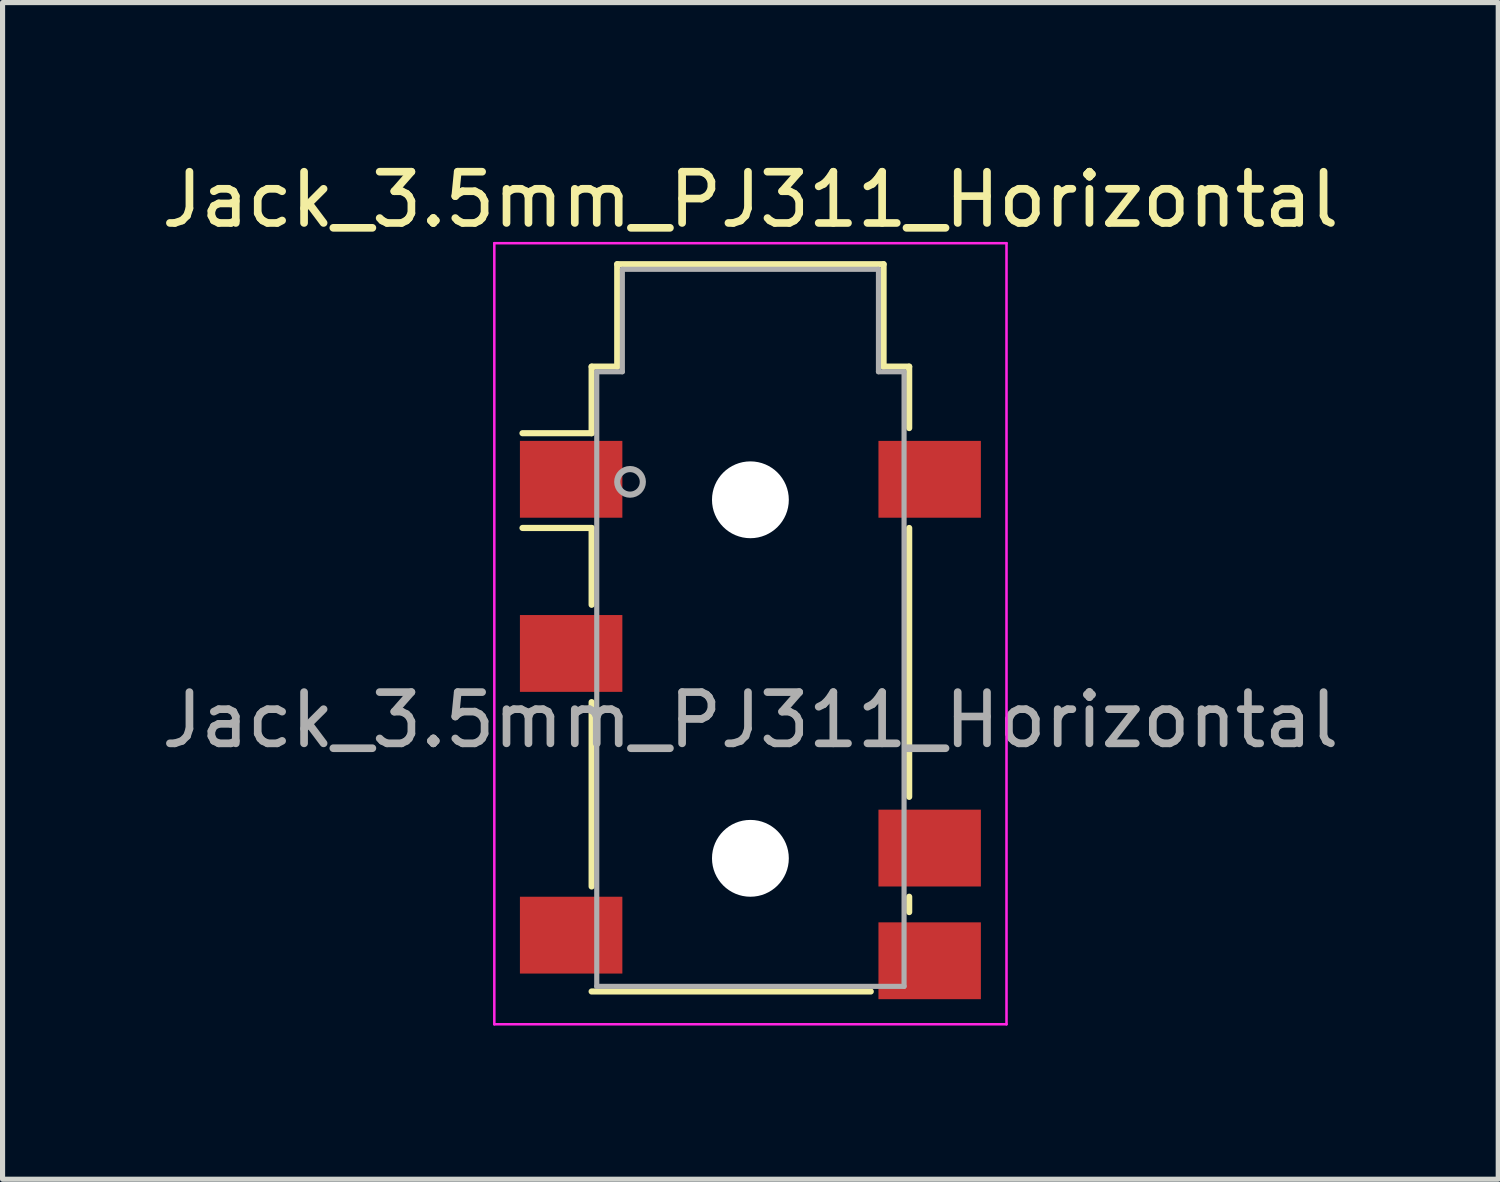
<source format=kicad_pcb>
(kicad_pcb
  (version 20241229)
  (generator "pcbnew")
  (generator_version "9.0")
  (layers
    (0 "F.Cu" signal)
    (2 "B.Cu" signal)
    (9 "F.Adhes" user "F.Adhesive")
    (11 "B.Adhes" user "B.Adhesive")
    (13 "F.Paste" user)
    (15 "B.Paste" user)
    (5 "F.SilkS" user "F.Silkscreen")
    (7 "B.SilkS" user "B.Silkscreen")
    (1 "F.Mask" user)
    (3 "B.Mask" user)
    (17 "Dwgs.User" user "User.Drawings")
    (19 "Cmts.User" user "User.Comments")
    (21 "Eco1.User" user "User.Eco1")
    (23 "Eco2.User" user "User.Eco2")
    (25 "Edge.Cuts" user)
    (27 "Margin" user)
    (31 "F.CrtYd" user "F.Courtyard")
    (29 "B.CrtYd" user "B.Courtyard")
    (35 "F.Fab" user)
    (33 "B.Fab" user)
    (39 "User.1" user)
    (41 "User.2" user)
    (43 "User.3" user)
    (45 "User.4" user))
  (footprint "Jack_3.5mm_PJ311_Horizontal"
    (layer "F.Cu")
    (at 11.601 4.108)
    (property "Reference" "Jack_3.5mm_PJ311_Horizontal" (at 0 -3.26 0) (layer "F.SilkS") (effects (font (size 1 1) (thickness 0.15))))
    (attr smd)
    (fp_line (start -3.1 0) (end -2.6 0) (stroke (width 0.12) (type solid)) (layer "F.SilkS"))
    (fp_line (start -3.1 1.3) (end -4.45 1.3) (stroke (width 0.12) (type solid)) (layer "F.SilkS"))
    (fp_line (start -3.1 1.3) (end -3.1 0) (stroke (width 0.12) (type solid)) (layer "F.SilkS"))
    (fp_line (start -3.1 3.15) (end -4.45 3.15) (stroke (width 0.12) (type solid)) (layer "F.SilkS"))
    (fp_line (start -3.1 4.65) (end -3.1 3.15) (stroke (width 0.12) (type solid)) (layer "F.SilkS"))
    (fp_line (start -3.1 10.15) (end -3.1 6.55) (stroke (width 0.12) (type solid)) (layer "F.SilkS"))
    (fp_line (start -2.6 -2) (end 2.6 -2) (stroke (width 0.12) (type solid)) (layer "F.SilkS"))
    (fp_line (start -2.6 0) (end -2.6 -2) (stroke (width 0.12) (type solid)) (layer "F.SilkS"))
    (fp_line (start 2.35 12.2) (end -3.1 12.2) (stroke (width 0.12) (type solid)) (layer "F.SilkS"))
    (fp_line (start 2.6 -2) (end 2.6 0) (stroke (width 0.12) (type solid)) (layer "F.SilkS"))
    (fp_line (start 2.6 0) (end 3.1 0) (stroke (width 0.12) (type solid)) (layer "F.SilkS"))
    (fp_line (start 3.1 0) (end 3.1 1.2) (stroke (width 0.12) (type solid)) (layer "F.SilkS"))
    (fp_line (start 3.1 3.15) (end 3.1 8.4) (stroke (width 0.12) (type solid)) (layer "F.SilkS"))
    (fp_line (start 3.1 10.35) (end 3.1 10.65) (stroke (width 0.12) (type solid)) (layer "F.SilkS"))
    (fp_line (start -5 -2.41) (end -5 12.84) (stroke (width 0.05) (type solid)) (layer "F.CrtYd"))
    (fp_line (start -5 -2.41) (end 5 -2.41) (stroke (width 0.05) (type solid)) (layer "F.CrtYd"))
    (fp_line (start -5 12.84) (end 5 12.84) (stroke (width 0.05) (type solid)) (layer "F.CrtYd"))
    (fp_line (start 5 12.84) (end 5 -2.41) (stroke (width 0.05) (type solid)) (layer "F.CrtYd"))
    (fp_line (start -3 0.1) (end -3 12.1) (stroke (width 0.1) (type solid)) (layer "F.Fab"))
    (fp_line (start -3 12.1) (end 3 12.1) (stroke (width 0.1) (type solid)) (layer "F.Fab"))
    (fp_line (start -2.5 -1.9) (end -2.5 0.1) (stroke (width 0.1) (type solid)) (layer "F.Fab"))
    (fp_line (start -2.5 0.1) (end -3 0.1) (stroke (width 0.1) (type solid)) (layer "F.Fab"))
    (fp_line (start 2.5 -1.9) (end -2.5 -1.9) (stroke (width 0.1) (type solid)) (layer "F.Fab"))
    (fp_line (start 2.5 0.1) (end 2.5 -1.9) (stroke (width 0.1) (type solid)) (layer "F.Fab"))
    (fp_line (start 3 0.1) (end 2.5 0.1) (stroke (width 0.1) (type solid)) (layer "F.Fab"))
    (fp_line (start 3 12.1) (end 3 0.1) (stroke (width 0.1) (type solid)) (layer "F.Fab"))
    (fp_circle (center -2.35 2.25) (end -2.1 2.25) (stroke (width 0.12) (type solid)) (fill no) (layer "F.Fab"))
    (fp_text user "${REFERENCE}" (at 0 6.9 0) (layer "F.Fab") (effects (font (size 1 1) (thickness 0.15))))
    (pad "" np_thru_hole circle (at 0 2.6) (size 1.5 1.5) (drill 1.5) (layers "*.Cu" "*.Mask"))
    (pad "" np_thru_hole circle (at 0 9.6) (size 1.5 1.5) (drill 1.5) (layers "*.Cu" "*.Mask"))
    (pad "R1" smd rect (at -3.5 5.6) (size 2 1.5) (layers "F.Cu" "F.Mask" "F.Paste"))
    (pad "R1N" smd rect (at -3.5 11.1) (size 2 1.5) (layers "F.Cu" "F.Mask" "F.Paste"))
    (pad "R2" smd rect (at 3.5 2.2) (size 2 1.5) (layers "F.Cu" "F.Mask" "F.Paste"))
    (pad "S" smd rect (at -3.5 2.2) (size 2 1.5) (layers "F.Cu" "F.Mask" "F.Paste"))
    (pad "T" smd rect (at 3.5 9.4) (size 2 1.5) (layers "F.Cu" "F.Mask" "F.Paste"))
    (pad "TN" smd rect (at 3.5 11.6) (size 2 1.5) (layers "F.Cu" "F.Mask" "F.Paste")))
  (gr_rect
    (start -3 -3)
    (end 26.202 19.973)
    (stroke (width 0.1) (type default))
    (fill no)
    (layer "Edge.Cuts")))
</source>
